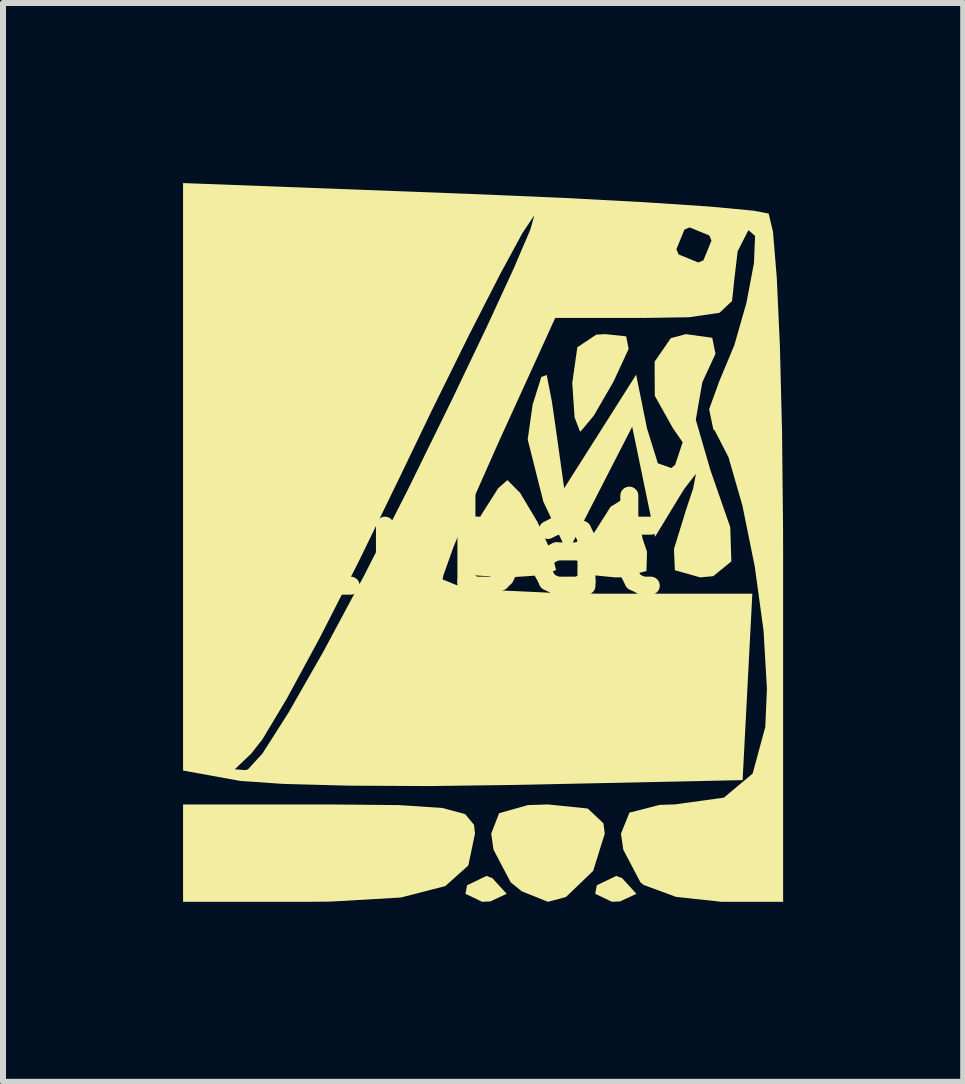
<source format=kicad_pcb>
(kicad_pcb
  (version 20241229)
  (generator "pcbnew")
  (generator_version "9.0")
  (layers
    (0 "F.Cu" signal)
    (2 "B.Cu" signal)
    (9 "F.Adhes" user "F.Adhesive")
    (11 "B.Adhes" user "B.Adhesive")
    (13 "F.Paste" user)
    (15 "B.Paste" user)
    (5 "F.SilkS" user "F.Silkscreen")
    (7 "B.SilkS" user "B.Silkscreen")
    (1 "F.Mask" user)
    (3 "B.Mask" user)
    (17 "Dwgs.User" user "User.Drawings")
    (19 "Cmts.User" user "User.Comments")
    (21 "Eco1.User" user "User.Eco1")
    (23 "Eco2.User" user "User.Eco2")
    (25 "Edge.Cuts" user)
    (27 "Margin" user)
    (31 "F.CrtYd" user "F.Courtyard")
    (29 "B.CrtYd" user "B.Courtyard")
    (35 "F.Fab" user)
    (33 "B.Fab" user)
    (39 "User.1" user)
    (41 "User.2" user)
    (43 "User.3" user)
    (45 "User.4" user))
  (footprint "zubat"
    (layer "F.Cu")
    (at 4.864 6.03)
    (property "Reference" "zubat" (at 0 0 0) (layer "F.SilkS") (effects (font (size 1.5 1.5) (thickness 0.3))))
    (attr board_only exclude_from_pos_files exclude_from_bom)
    (fp_poly (pts (xy 0.289 5.551) (xy 0.528 5.812) (xy 0.256 5.939) (xy 0.119 5.945) (xy -0.159 5.812) (xy -0.132 5.67) (xy 0.191 5.514)) (stroke (width 0) (type solid)) (fill yes) (layer "F.SilkS"))
    (fp_poly (pts (xy 2.451 5.551) (xy 2.69 5.812) (xy 2.417 5.939) (xy 2.281 5.945) (xy 2.003 5.812) (xy 2.029 5.67) (xy 2.353 5.514)) (stroke (width 0) (type solid)) (fill yes) (layer "F.SilkS"))
    (fp_poly (pts (xy 2.7 -0.618) (xy 2.702 -0.563) (xy 2.791 -0.11) (xy 2.866 0.113) (xy 2.857 0.435) (xy 2.422 0.539) (xy 2.332 0.54) (xy 1.851 0.493) (xy 1.788 0.244) (xy 1.941 -0.135) (xy 2.258 -0.635) (xy 2.552 -0.818)) (stroke (width 0) (type solid)) (fill yes) (layer "F.SilkS"))
    (fp_poly (pts (xy 1.879 4.391) (xy 2.141 4.638) (xy 2.162 4.81) (xy 1.969 5.43) (xy 1.515 5.866) (xy 1.216 5.945) (xy 0.78 5.771) (xy 0.594 5.62) (xy 0.309 5.078) (xy 0.27 4.81) (xy 0.402 4.469) (xy 0.881 4.334) (xy 1.216 4.323)) (stroke (width 0) (type solid)) (fill yes) (layer "F.SilkS"))
    (fp_poly (pts (xy 2.519 -3.476) (xy 2.56 -3.267) (xy 2.316 -2.739) (xy 2.297 -2.702) (xy 1.98 -2.155) (xy 1.763 -1.895) (xy 1.749 -1.891) (xy 1.659 -2.127) (xy 1.621 -2.693) (xy 1.621 -2.702) (xy 1.705 -3.294) (xy 2.02 -3.504) (xy 2.169 -3.513)) (stroke (width 0) (type solid)) (fill yes) (layer "F.SilkS"))
    (fp_poly (pts (xy -1.27 4.334) (xy -0.548 4.381) (xy -0.164 4.484) (xy -0.016 4.662) (xy 0 4.81) (xy -0.111 5.34) (xy -0.496 5.684) (xy -1.237 5.874) (xy -2.413 5.942) (xy -2.756 5.945) (xy -4.864 5.945) (xy -4.864 5.134) (xy -4.864 4.323) (xy -2.432 4.323)) (stroke (width 0) (type solid)) (fill yes) (layer "F.SilkS"))
    (fp_poly (pts (xy 0.751 -0.869) (xy 1.039 -0.387) (xy 1.278 0.134) (xy 1.351 0.418) (xy 1.116 0.504) (xy 0.549 0.54) (xy 0.54 0.54) (xy -0.029 0.505) (xy -0.27 0.419) (xy -0.27 0.418) (xy -0.156 0.029) (xy 0.105 -0.503) (xy 0.387 -0.946) (xy 0.54 -1.081)) (stroke (width 0) (type solid)) (fill yes) (layer "F.SilkS"))
    (fp_poly (pts (xy 3.953 -3.452) (xy 4.007 -3.185) (xy 3.787 -2.709) (xy 3.679 -2.086) (xy 3.922 -1.249) (xy 4.253 -0.296) (xy 4.271 0.274) (xy 3.969 0.52) (xy 3.751 0.54) (xy 3.33 0.421) (xy 3.315 0.068) (xy 3.521 -0.6) (xy 3.636 -0.946) (xy 3.681 -1.185) (xy 3.49 -0.939) (xy 3.41 -0.811) (xy 2.999 -0.135) (xy 2.809 -1.052) (xy 2.619 -1.97) (xy 2.08 -0.92) (xy 1.542 0.13) (xy 1.14 -0.719) (xy 0.878 -1.757) (xy 0.96 -2.337) (xy 1.105 -2.799) (xy 1.195 -2.832) (xy 1.281 -2.392) (xy 1.334 -2.027) (xy 1.486 -0.946) (xy 2.086 -1.891) (xy 2.685 -2.837) (xy 2.866 -1.942) (xy 3.047 -1.361) (xy 3.27 -1.282) (xy 3.334 -1.334) (xy 3.46 -1.711) (xy 3.297 -1.946) (xy 2.995 -2.487) (xy 2.993 -3.055) (xy 3.263 -3.446) (xy 3.513 -3.513)) (stroke (width 0) (type solid)) (fill yes) (layer "F.SilkS"))
    (fp_poly (pts (xy -0.106 -5.85) (xy 1.45 -5.784) (xy 2.821 -5.711) (xy 3.915 -5.638) (xy 4.638 -5.57) (xy 4.893 -5.522) (xy 4.965 -5.219) (xy 5.028 -4.457) (xy 5.08 -3.319) (xy 5.116 -1.886) (xy 5.133 -0.24) (xy 5.134 0.286) (xy 5.134 5.945) (xy 4.107 5.945) (xy 3.351 5.864) (xy 2.811 5.665) (xy 2.756 5.62) (xy 2.471 5.078) (xy 2.432 4.81) (xy 2.573 4.46) (xy 3.076 4.33) (xy 3.324 4.323) (xy 4.146 4.21) (xy 4.626 3.809) (xy 4.837 3.031) (xy 4.864 2.398) (xy 4.808 1.429) (xy 4.661 0.358) (xy 4.455 -0.658) (xy 4.223 -1.464) (xy 3.996 -1.904) (xy 3.971 -1.925) (xy 3.901 -2.262) (xy 4.073 -2.735) (xy 4.321 -3.33) (xy 4.523 -4.036) (xy 4.648 -4.696) (xy 4.666 -5.149) (xy 4.556 -5.246) (xy 4.376 -4.893) (xy 4.323 -4.443) (xy 4.283 -4.065) (xy 4.073 -3.868) (xy 3.563 -3.794) (xy 2.83 -3.783) (xy 1.337 -3.783) (xy 0.398 -1.723) (xy -0.033 -0.75) (xy -0.36 0.038) (xy -0.528 0.51) (xy -0.54 0.574) (xy -0.29 0.676) (xy 0.384 0.755) (xy 1.364 0.802) (xy 2.04 0.811) (xy 4.621 0.811) (xy 4.54 2.364) (xy 4.459 3.918) (xy 0.676 3.998) (xy -0.78 4.017) (xy -2.112 4.01) (xy -3.192 3.981) (xy -3.891 3.933) (xy -3.986 3.918) (xy -4.864 3.758) (xy -4.864 3.737) (xy -4.002 3.737) (xy -3.832 3.751) (xy -3.783 3.739) (xy -3.541 3.474) (xy -3.11 2.798) (xy -2.533 1.789) (xy -1.855 0.524) (xy -1.12 -0.919) (xy -1.081 -0.998) (xy -0.383 -2.422) (xy 0.205 -3.652) (xy 0.651 -4.62) (xy 0.782 -4.927) (xy 3.356 -4.927) (xy 3.392 -4.841) (xy 3.72 -4.707) (xy 3.806 -4.743) (xy 3.94 -5.071) (xy 3.904 -5.157) (xy 3.576 -5.291) (xy 3.49 -5.255) (xy 3.356 -4.927) (xy 0.782 -4.927) (xy 0.922 -5.254) (xy 0.986 -5.483) (xy 0.98 -5.48) (xy 0.791 -5.198) (xy 0.417 -4.508) (xy -0.101 -3.495) (xy -0.72 -2.24) (xy -1.262 -1.112) (xy -1.949 0.299) (xy -2.59 1.554) (xy -3.137 2.563) (xy -3.542 3.239) (xy -3.728 3.476) (xy -4.002 3.737) (xy -4.864 3.737) (xy -4.864 -1.136) (xy -4.864 -6.03)) (stroke (width 0) (type solid)) (fill yes) (layer "F.SilkS")))
  (gr_rect
    (start -3 -3)
    (end 12.998 14.974)
    (stroke (width 0.1) (type default))
    (fill no)
    (layer "Edge.Cuts")))
</source>
